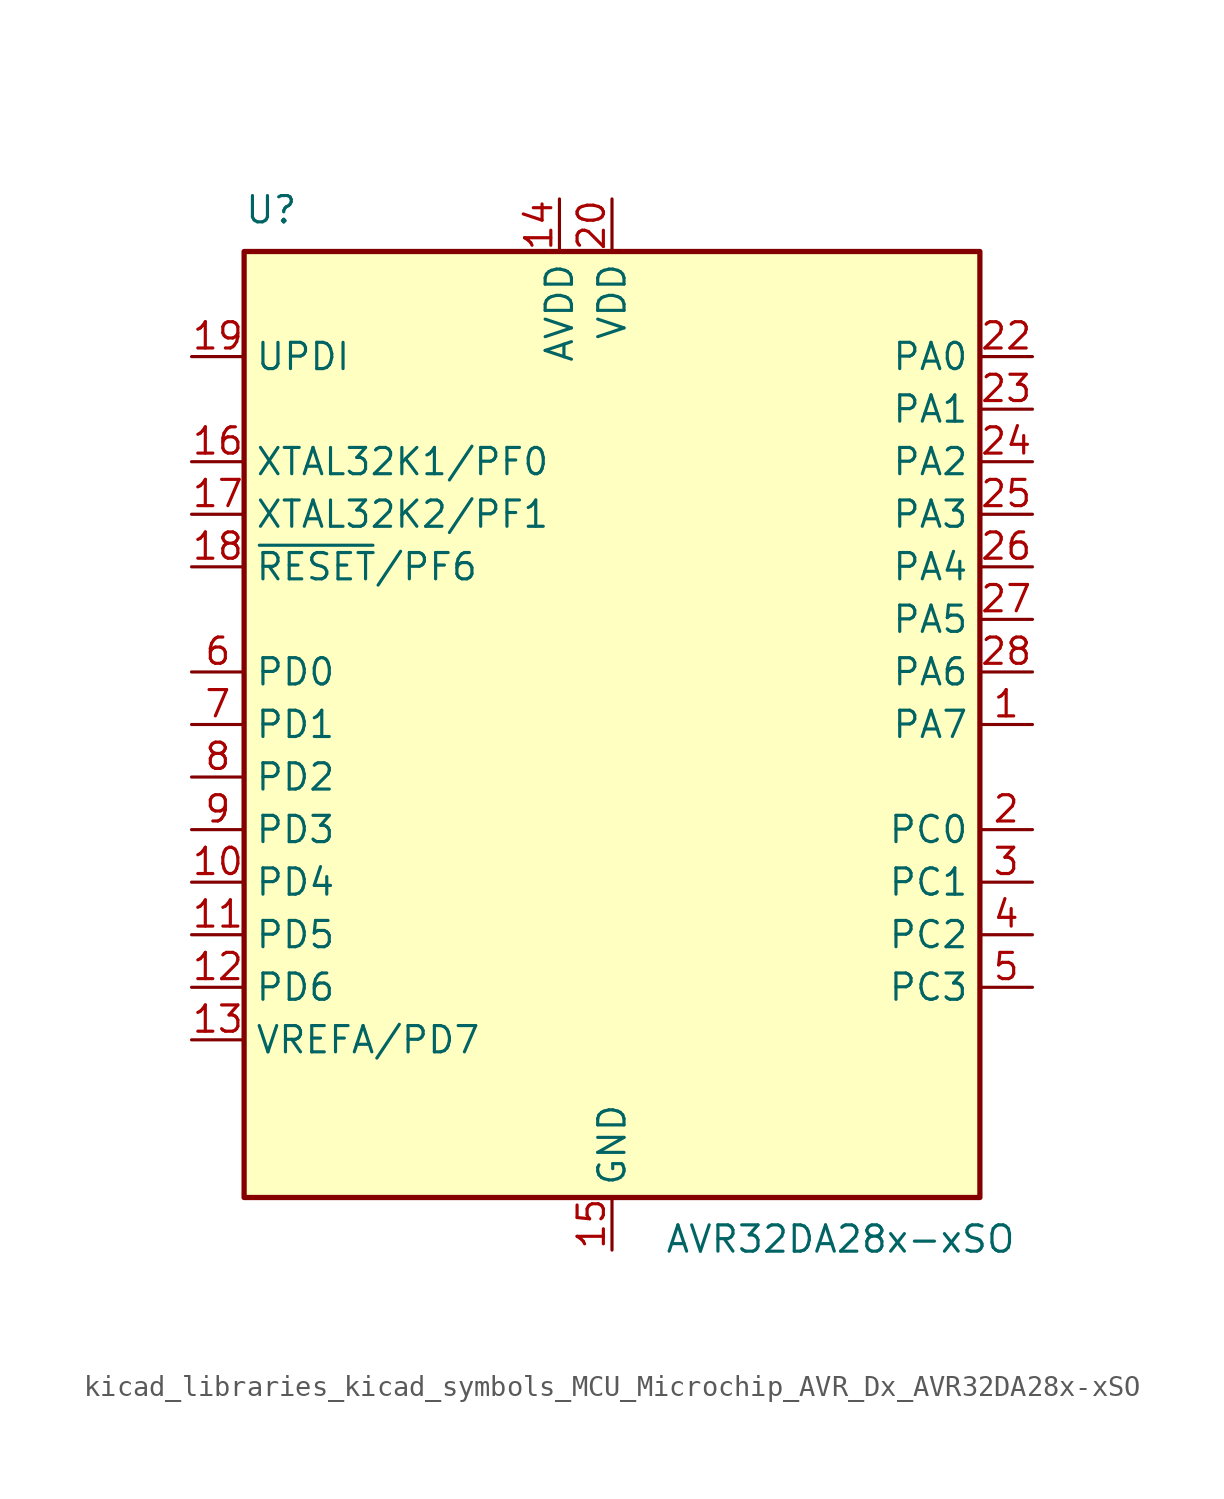
<source format=kicad_sym>
(kicad_symbol_lib
  (version 20220914)
  (generator kicad_symbol_editor)
  (symbol "kicad_libraries_kicad_symbols_MCU_Microchip_AVR_Dx_AVR32DA28x-xSO"
    (property "Reference" "U"
      (at -17.78 24.13 0)
      (effects (font (size 1.27 1.27)) (justify left bottom)))
    (property "Value" "AVR32DA28x-xSO"
      (at 2.54 -24.13 0)
      (effects (font (size 1.27 1.27)) (justify left top)))
    (symbol "kicad_libraries_kicad_symbols_MCU_Microchip_AVR_Dx_AVR32DA28x-xSO_0_1"
      (rectangle (start -17.78 22.86) (end 17.78 -22.86) (stroke (width 0.254) (type default)) (fill (type background))))
    (symbol "kicad_libraries_kicad_symbols_MCU_Microchip_AVR_Dx_AVR32DA28x-xSO_1_1"
      (pin bidirectional line (at 20.32 0 180) (length 2.54) (name "PA7" (effects (font (size 1.27 1.27)))) (number "1" (effects (font (size 1.27 1.27)))))
      (pin bidirectional line (at -20.32 -7.62 0) (length 2.54) (name "PD4" (effects (font (size 1.27 1.27)))) (number "10" (effects (font (size 1.27 1.27)))))
      (pin bidirectional line (at -20.32 -10.16 0) (length 2.54) (name "PD5" (effects (font (size 1.27 1.27)))) (number "11" (effects (font (size 1.27 1.27)))))
      (pin bidirectional line (at -20.32 -12.7 0) (length 2.54) (name "PD6" (effects (font (size 1.27 1.27)))) (number "12" (effects (font (size 1.27 1.27)))))
      (pin bidirectional line (at -20.32 -15.24 0) (length 2.54) (name "VREFA/PD7" (effects (font (size 1.27 1.27)))) (number "13" (effects (font (size 1.27 1.27)))))
      (pin power_in line (at -2.54 25.4 270) (length 2.54) (name "AVDD" (effects (font (size 1.27 1.27)))) (number "14" (effects (font (size 1.27 1.27)))))
      (pin power_in line (at 0 -25.4 90) (length 2.54) (name "GND" (effects (font (size 1.27 1.27)))) (number "15" (effects (font (size 1.27 1.27)))))
      (pin bidirectional line (at -20.32 12.7 0) (length 2.54) (name "XTAL32K1/PF0" (effects (font (size 1.27 1.27)))) (number "16" (effects (font (size 1.27 1.27)))))
      (pin bidirectional line (at -20.32 10.16 0) (length 2.54) (name "XTAL32K2/PF1" (effects (font (size 1.27 1.27)))) (number "17" (effects (font (size 1.27 1.27)))))
      (pin bidirectional line (at -20.32 7.62 0) (length 2.54) (name "~{RESET}/PF6" (effects (font (size 1.27 1.27)))) (number "18" (effects (font (size 1.27 1.27)))))
      (pin input line (at -20.32 17.78 0) (length 2.54) (name "UPDI" (effects (font (size 1.27 1.27)))) (number "19" (effects (font (size 1.27 1.27)))))
      (pin bidirectional line (at 20.32 -5.08 180) (length 2.54) (name "PC0" (effects (font (size 1.27 1.27)))) (number "2" (effects (font (size 1.27 1.27)))))
      (pin power_in line (at 0 25.4 270) (length 2.54) (name "VDD" (effects (font (size 1.27 1.27)))) (number "20" (effects (font (size 1.27 1.27)))))
      (pin passive line (at 0 -25.4 90) (length 2.54) hide (name "GND" (effects (font (size 1.27 1.27)))) (number "21" (effects (font (size 1.27 1.27)))))
      (pin bidirectional line (at 20.32 17.78 180) (length 2.54) (name "PA0" (effects (font (size 1.27 1.27)))) (number "22" (effects (font (size 1.27 1.27)))))
      (pin bidirectional line (at 20.32 15.24 180) (length 2.54) (name "PA1" (effects (font (size 1.27 1.27)))) (number "23" (effects (font (size 1.27 1.27)))))
      (pin bidirectional line (at 20.32 12.7 180) (length 2.54) (name "PA2" (effects (font (size 1.27 1.27)))) (number "24" (effects (font (size 1.27 1.27)))))
      (pin bidirectional line (at 20.32 10.16 180) (length 2.54) (name "PA3" (effects (font (size 1.27 1.27)))) (number "25" (effects (font (size 1.27 1.27)))))
      (pin bidirectional line (at 20.32 7.62 180) (length 2.54) (name "PA4" (effects (font (size 1.27 1.27)))) (number "26" (effects (font (size 1.27 1.27)))))
      (pin bidirectional line (at 20.32 5.08 180) (length 2.54) (name "PA5" (effects (font (size 1.27 1.27)))) (number "27" (effects (font (size 1.27 1.27)))))
      (pin bidirectional line (at 20.32 2.54 180) (length 2.54) (name "PA6" (effects (font (size 1.27 1.27)))) (number "28" (effects (font (size 1.27 1.27)))))
      (pin bidirectional line (at 20.32 -7.62 180) (length 2.54) (name "PC1" (effects (font (size 1.27 1.27)))) (number "3" (effects (font (size 1.27 1.27)))))
      (pin bidirectional line (at 20.32 -10.16 180) (length 2.54) (name "PC2" (effects (font (size 1.27 1.27)))) (number "4" (effects (font (size 1.27 1.27)))))
      (pin bidirectional line (at 20.32 -12.7 180) (length 2.54) (name "PC3" (effects (font (size 1.27 1.27)))) (number "5" (effects (font (size 1.27 1.27)))))
      (pin bidirectional line (at -20.32 2.54 0) (length 2.54) (name "PD0" (effects (font (size 1.27 1.27)))) (number "6" (effects (font (size 1.27 1.27)))))
      (pin bidirectional line (at -20.32 0 0) (length 2.54) (name "PD1" (effects (font (size 1.27 1.27)))) (number "7" (effects (font (size 1.27 1.27)))))
      (pin bidirectional line (at -20.32 -2.54 0) (length 2.54) (name "PD2" (effects (font (size 1.27 1.27)))) (number "8" (effects (font (size 1.27 1.27)))))
      (pin bidirectional line (at -20.32 -5.08 0) (length 2.54) (name "PD3" (effects (font (size 1.27 1.27)))) (number "9" (effects (font (size 1.27 1.27))))))))
</source>
